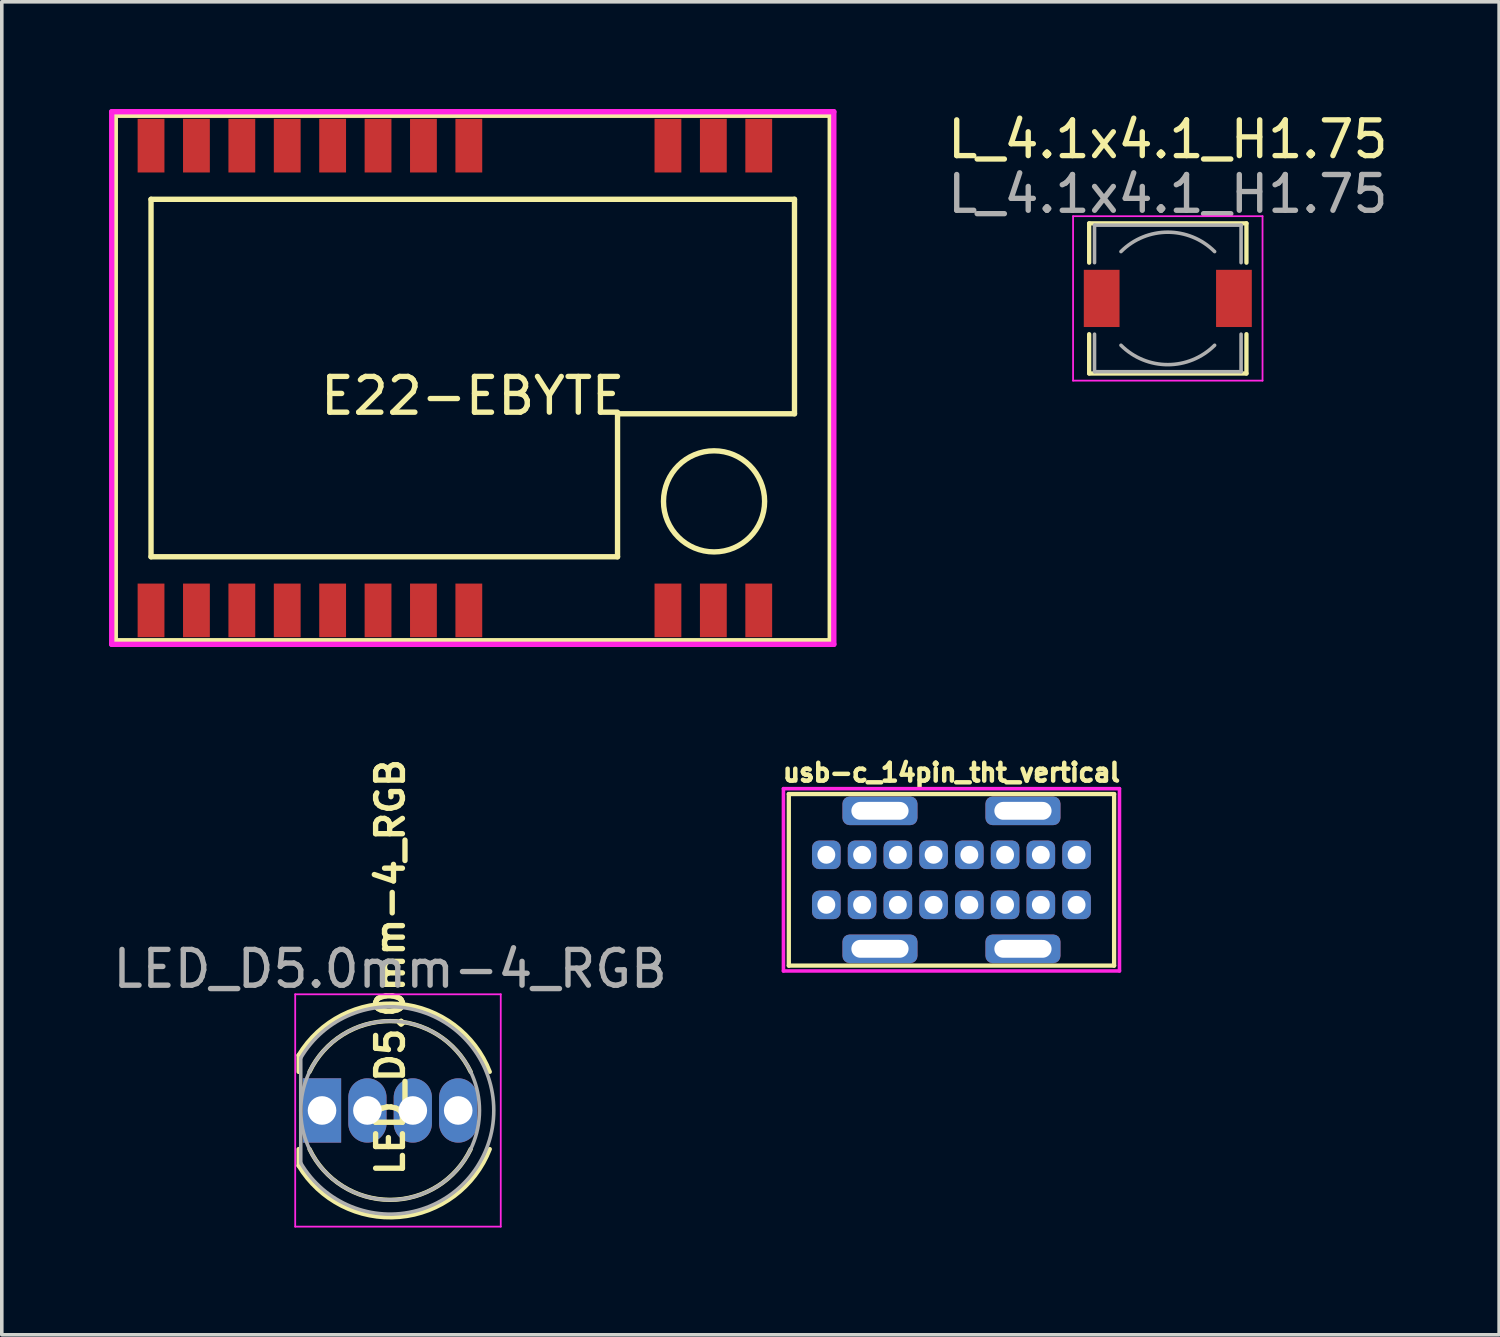
<source format=kicad_pcb>
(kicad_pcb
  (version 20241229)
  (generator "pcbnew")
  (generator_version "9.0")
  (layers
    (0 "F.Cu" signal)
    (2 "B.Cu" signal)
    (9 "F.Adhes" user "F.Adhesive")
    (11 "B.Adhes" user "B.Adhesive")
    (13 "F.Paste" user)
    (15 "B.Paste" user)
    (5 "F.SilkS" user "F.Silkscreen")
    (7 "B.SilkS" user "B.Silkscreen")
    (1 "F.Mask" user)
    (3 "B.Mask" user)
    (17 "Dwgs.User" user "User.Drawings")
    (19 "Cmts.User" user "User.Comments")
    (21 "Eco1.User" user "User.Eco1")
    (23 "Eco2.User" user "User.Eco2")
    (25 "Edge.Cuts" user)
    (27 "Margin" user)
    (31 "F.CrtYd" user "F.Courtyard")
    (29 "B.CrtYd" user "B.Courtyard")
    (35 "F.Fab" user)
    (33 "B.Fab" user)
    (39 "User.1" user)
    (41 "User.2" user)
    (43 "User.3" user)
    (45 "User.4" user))
  (footprint "E22-EBYTE"
    (layer "F.Cu")
    (at 10.175 7.525)
    (property "Reference" "E22-EBYTE" (at 0 0.5 0) (layer "F.SilkS") (effects (font (size 1 1) (thickness 0.15))))
    (attr through_hole)
    (fp_line (start -10 -7.35) (end 10 -7.35) (stroke (width 0.15) (type solid)) (layer "F.SilkS"))
    (fp_line (start -10 7.35) (end -10 -7.35) (stroke (width 0.15) (type solid)) (layer "F.SilkS"))
    (fp_line (start -9 -5) (end 9 -5) (stroke (width 0.15) (type solid)) (layer "F.SilkS"))
    (fp_line (start -9 5) (end -9 -5) (stroke (width 0.15) (type solid)) (layer "F.SilkS"))
    (fp_line (start 4.05 1) (end 4.05 5) (stroke (width 0.15) (type solid)) (layer "F.SilkS"))
    (fp_line (start 4.05 5) (end -9 5) (stroke (width 0.15) (type solid)) (layer "F.SilkS"))
    (fp_line (start 9 -5) (end 9 1) (stroke (width 0.15) (type solid)) (layer "F.SilkS"))
    (fp_line (start 9 1) (end 4.05 1) (stroke (width 0.15) (type solid)) (layer "F.SilkS"))
    (fp_line (start 10 -7.35) (end 10 7.35) (stroke (width 0.15) (type solid)) (layer "F.SilkS"))
    (fp_line (start 10 7.35) (end -10 7.35) (stroke (width 0.15) (type solid)) (layer "F.SilkS"))
    (fp_circle (center 6.75 3.45) (end 7.75 2.45) (stroke (width 0.15) (type solid)) (fill no) (layer "F.SilkS"))
    (fp_line (start -10.1 -7.45) (end 10.1 -7.45) (stroke (width 0.15) (type solid)) (layer "F.CrtYd"))
    (fp_line (start -10.1 7.45) (end -10.1 -7.45) (stroke (width 0.15) (type solid)) (layer "F.CrtYd"))
    (fp_line (start 10.1 -7.45) (end 10.1 7.45) (stroke (width 0.15) (type solid)) (layer "F.CrtYd"))
    (fp_line (start 10.1 7.45) (end -10.1 7.45) (stroke (width 0.15) (type solid)) (layer "F.CrtYd"))
    (pad "1" smd rect (at 8 -6.5) (size 0.75 1.5) (layers "F.Cu" "F.Mask" "F.Paste"))
    (pad "2" smd rect (at 6.73 -6.5) (size 0.75 1.5) (layers "F.Cu" "F.Mask" "F.Paste"))
    (pad "3" smd rect (at 5.46 -6.5) (size 0.75 1.5) (layers "F.Cu" "F.Mask" "F.Paste"))
    (pad "4" smd rect (at -0.11 -6.5) (size 0.75 1.5) (layers "F.Cu" "F.Mask" "F.Paste"))
    (pad "5" smd rect (at -1.38 -6.5) (size 0.75 1.5) (layers "F.Cu" "F.Mask" "F.Paste"))
    (pad "6" smd rect (at -2.65 -6.5) (size 0.75 1.5) (layers "F.Cu" "F.Mask" "F.Paste"))
    (pad "7" smd rect (at -3.92 -6.5) (size 0.75 1.5) (layers "F.Cu" "F.Mask" "F.Paste"))
    (pad "8" smd rect (at -5.19 -6.5) (size 0.75 1.5) (layers "F.Cu" "F.Mask" "F.Paste"))
    (pad "9" smd rect (at -6.46 -6.5) (size 0.75 1.5) (layers "F.Cu" "F.Mask" "F.Paste"))
    (pad "10" smd rect (at -7.73 -6.5) (size 0.75 1.5) (layers "F.Cu" "F.Mask" "F.Paste"))
    (pad "11" smd rect (at -9 -6.5) (size 0.75 1.5) (layers "F.Cu" "F.Mask" "F.Paste"))
    (pad "12" smd rect (at -9 6.5) (size 0.75 1.5) (layers "F.Cu" "F.Mask" "F.Paste"))
    (pad "13" smd rect (at -7.73 6.5) (size 0.75 1.5) (layers "F.Cu" "F.Mask" "F.Paste"))
    (pad "14" smd rect (at -6.46 6.5) (size 0.75 1.5) (layers "F.Cu" "F.Mask" "F.Paste"))
    (pad "15" smd rect (at -5.19 6.5) (size 0.75 1.5) (layers "F.Cu" "F.Mask" "F.Paste"))
    (pad "16" smd rect (at -3.92 6.5) (size 0.75 1.5) (layers "F.Cu" "F.Mask" "F.Paste"))
    (pad "17" smd rect (at -2.65 6.5) (size 0.75 1.5) (layers "F.Cu" "F.Mask" "F.Paste"))
    (pad "18" smd rect (at -1.38 6.5) (size 0.75 1.5) (layers "F.Cu" "F.Mask" "F.Paste"))
    (pad "19" smd rect (at -0.11 6.5) (size 0.75 1.5) (layers "F.Cu" "F.Mask" "F.Paste"))
    (pad "20" smd rect (at 5.46 6.5) (size 0.75 1.5) (layers "F.Cu" "F.Mask" "F.Paste"))
    (pad "21" smd rect (at 6.73 6.5) (size 0.75 1.5) (layers "F.Cu" "F.Mask" "F.Paste"))
    (pad "22" smd rect (at 8 6.5) (size 0.75 1.5) (layers "F.Cu" "F.Mask" "F.Paste")))
  (footprint "usb-c_14pin_tht_vertical"
    (layer "F.Cu")
    (at 23.566 21.562)
    (property "Reference" "usb-c_14pin_tht_vertical" (at 0 -3 0) (layer "F.SilkS") (effects (font (size 0.5 0.5) (thickness 0.125))))
    (attr through_hole)
    (fp_line (start -4.55 -2.4) (end 4.55 -2.4) (stroke (width 0.12) (type solid)) (layer "F.SilkS"))
    (fp_line (start -4.55 2.4) (end -4.55 -2.4) (stroke (width 0.12) (type solid)) (layer "F.SilkS"))
    (fp_line (start 4.55 -2.4) (end 4.55 2.4) (stroke (width 0.12) (type solid)) (layer "F.SilkS"))
    (fp_line (start 4.55 2.4) (end -4.55 2.4) (stroke (width 0.12) (type solid)) (layer "F.SilkS"))
    (fp_line (start -4.7 -2.55) (end 4.7 -2.55) (stroke (width 0.1) (type solid)) (layer "F.CrtYd"))
    (fp_line (start -4.7 2.55) (end -4.7 -2.55) (stroke (width 0.1) (type solid)) (layer "F.CrtYd"))
    (fp_line (start 4.7 -2.55) (end 4.7 2.55) (stroke (width 0.1) (type solid)) (layer "F.CrtYd"))
    (fp_line (start 4.7 2.55) (end -4.7 2.55) (stroke (width 0.1) (type solid)) (layer "F.CrtYd"))
    (pad "A1" thru_hole roundrect (at -3.5 -0.7) (size 0.8 0.8) (drill 0.5) (layers "*.Cu" "*.Mask") (roundrect_rratio 0.25))
    (pad "A4" thru_hole roundrect (at -2.5 -0.7) (size 0.8 0.8) (drill 0.5) (layers "*.Cu" "*.Mask") (roundrect_rratio 0.25))
    (pad "A5" thru_hole roundrect (at -1.5 -0.7) (size 0.8 0.8) (drill 0.5) (layers "*.Cu" "*.Mask") (roundrect_rratio 0.25))
    (pad "A6" thru_hole roundrect (at -0.5 -0.7) (size 0.8 0.8) (drill 0.5) (layers "*.Cu" "*.Mask") (roundrect_rratio 0.25))
    (pad "A7" thru_hole roundrect (at 0.5 -0.7) (size 0.8 0.8) (drill 0.5) (layers "*.Cu" "*.Mask") (roundrect_rratio 0.25))
    (pad "A8" thru_hole roundrect (at 1.5 -0.7) (size 0.8 0.8) (drill 0.5) (layers "*.Cu" "*.Mask") (roundrect_rratio 0.25))
    (pad "A9" thru_hole roundrect (at 2.5 -0.7) (size 0.8 0.8) (drill 0.5) (layers "*.Cu" "*.Mask") (roundrect_rratio 0.25))
    (pad "A12" thru_hole roundrect (at 3.5 -0.7) (size 0.8 0.8) (drill 0.5) (layers "*.Cu" "*.Mask") (roundrect_rratio 0.25))
    (pad "B1" thru_hole roundrect (at 3.5 0.7) (size 0.8 0.8) (drill 0.5) (layers "*.Cu" "*.Mask") (roundrect_rratio 0.25))
    (pad "B4" thru_hole roundrect (at 2.5 0.7) (size 0.8 0.8) (drill 0.5) (layers "*.Cu" "*.Mask") (roundrect_rratio 0.25))
    (pad "B5" thru_hole roundrect (at 1.5 0.7) (size 0.8 0.8) (drill 0.5) (layers "*.Cu" "*.Mask") (roundrect_rratio 0.25))
    (pad "B6" thru_hole roundrect (at 0.5 0.7) (size 0.8 0.8) (drill 0.5) (layers "*.Cu" "*.Mask") (roundrect_rratio 0.25))
    (pad "B7" thru_hole roundrect (at -0.5 0.7) (size 0.8 0.8) (drill 0.5) (layers "*.Cu" "*.Mask") (roundrect_rratio 0.25))
    (pad "B8" thru_hole roundrect (at -1.5 0.7) (size 0.8 0.8) (drill 0.5) (layers "*.Cu" "*.Mask") (roundrect_rratio 0.25))
    (pad "B9" thru_hole roundrect (at -2.5 0.7) (size 0.8 0.8) (drill 0.5) (layers "*.Cu" "*.Mask") (roundrect_rratio 0.25))
    (pad "B12" thru_hole roundrect (at -3.5 0.7) (size 0.8 0.8) (drill 0.5) (layers "*.Cu" "*.Mask") (roundrect_rratio 0.25))
    (pad "S1" thru_hole roundrect (at -2 -1.93) (size 2.1 0.8) (drill oval 1.6 0.5) (layers "*.Cu" "*.Mask") (roundrect_rratio 0.25))
    (pad "S1" thru_hole roundrect (at -2 1.93) (size 2.1 0.8) (drill oval 1.6 0.5) (layers "*.Cu" "*.Mask") (roundrect_rratio 0.25))
    (pad "S1" thru_hole roundrect (at 2 -1.93) (size 2.1 0.8) (drill oval 1.6 0.5) (layers "*.Cu" "*.Mask") (roundrect_rratio 0.25))
    (pad "S1" thru_hole roundrect (at 2 1.93) (size 2.1 0.8) (drill oval 1.6 0.5) (layers "*.Cu" "*.Mask") (roundrect_rratio 0.25)))
  (footprint "LED_D5.0mm-4_RGB"
    (layer "F.Cu")
    (at 5.958 28.014)
    (property "Reference" "LED_D5.0mm-4_RGB" (at 1.91 -4.01 90) (layer "F.SilkS") (effects (font (size 0.75 0.75) (thickness 0.15))))
    (attr through_hole)
    (fp_line (start -0.655 -1.545) (end -0.655 -1.08) (stroke (width 0.12) (type solid)) (layer "F.SilkS"))
    (fp_line (start -0.655 1.08) (end -0.655 1.545) (stroke (width 0.12) (type solid)) (layer "F.SilkS"))
    (fp_arc (start -0.655 -1.54483) (mid 2.163456 -2.978809) (end 4.692815 -1.080827) (stroke (width 0.12) (type solid)) (layer "F.SilkS"))
    (fp_arc (start -0.349684 -1.08) (mid 1.904762 -2.5) (end 4.159479 -1.080429) (stroke (width 0.12) (type solid)) (layer "F.SilkS"))
    (fp_arc (start 4.159479 1.080429) (mid 1.904762 2.5) (end -0.349684 1.08) (stroke (width 0.12) (type solid)) (layer "F.SilkS"))
    (fp_arc (start 4.692815 1.080827) (mid 2.163456 2.978808) (end -0.655 1.54483) (stroke (width 0.12) (type solid)) (layer "F.SilkS"))
    (fp_line (start -0.75 -3.25) (end -0.75 3.25) (stroke (width 0.05) (type solid)) (layer "F.CrtYd"))
    (fp_line (start -0.75 3.25) (end 5 3.25) (stroke (width 0.05) (type solid)) (layer "F.CrtYd"))
    (fp_line (start 5 -3.25) (end -0.75 -3.25) (stroke (width 0.05) (type solid)) (layer "F.CrtYd"))
    (fp_line (start 5 3.25) (end 5 -3.25) (stroke (width 0.05) (type solid)) (layer "F.CrtYd"))
    (fp_line (start -0.595 -1.47) (end -0.595 1.47) (stroke (width 0.1) (type solid)) (layer "F.Fab"))
    (fp_arc (start -0.595 -1.469694) (mid 4.805 0.000016) (end -0.595016 1.469666) (stroke (width 0.1) (type solid)) (layer "F.Fab"))
    (fp_circle (center 1.905 0) (end 4.405 0) (stroke (width 0.1) (type solid)) (fill no) (layer "F.Fab"))
    (fp_text user "${REFERENCE}" (at 1.905 -3.96 180) (layer "F.Fab") (effects (font (size 1 1) (thickness 0.15))))
    (pad "1" thru_hole rect (at 0 0) (size 1.07 1.8) (drill 0.8) (layers "*.Cu" "*.Mask"))
    (pad "2" thru_hole oval (at 1.27 0) (size 1.07 1.8) (drill 0.8) (layers "*.Cu" "*.Mask"))
    (pad "3" thru_hole oval (at 2.54 0) (size 1.07 1.8) (drill 0.8) (layers "*.Cu" "*.Mask"))
    (pad "4" thru_hole oval (at 3.81 0) (size 1.07 1.8) (drill 0.8) (layers "*.Cu" "*.Mask")))
  (footprint "L_4.1x4.1_H1.75"
    (layer "F.Cu")
    (at 29.618 5.298)
    (property "Reference" "L_4.1x4.1_H1.75" (at 0 -4.45 0) (layer "F.SilkS") (effects (font (size 1 1) (thickness 0.15))))
    (attr smd)
    (fp_line (start -2.2 -2.1) (end 2.2 -2.1) (stroke (width 0.12) (type solid)) (layer "F.SilkS"))
    (fp_line (start -2.2 -1) (end -2.2 -2.1) (stroke (width 0.12) (type solid)) (layer "F.SilkS"))
    (fp_line (start -2.2 2.1) (end -2.2 1) (stroke (width 0.12) (type solid)) (layer "F.SilkS"))
    (fp_line (start 2.2 -2.1) (end 2.2 -1) (stroke (width 0.12) (type solid)) (layer "F.SilkS"))
    (fp_line (start 2.2 1) (end 2.2 2.1) (stroke (width 0.12) (type solid)) (layer "F.SilkS"))
    (fp_line (start 2.2 2.1) (end -2.2 2.1) (stroke (width 0.12) (type solid)) (layer "F.SilkS"))
    (fp_line (start -2.65 -2.3) (end -2.65 2.3) (stroke (width 0.05) (type solid)) (layer "F.CrtYd"))
    (fp_line (start -2.65 2.3) (end 2.65 2.3) (stroke (width 0.05) (type solid)) (layer "F.CrtYd"))
    (fp_line (start 2.65 -2.3) (end -2.65 -2.3) (stroke (width 0.05) (type solid)) (layer "F.CrtYd"))
    (fp_line (start 2.65 2.3) (end 2.65 -2.3) (stroke (width 0.05) (type solid)) (layer "F.CrtYd"))
    (fp_line (start -2.05 -2.05) (end -2.05 -1) (stroke (width 0.1) (type solid)) (layer "F.Fab"))
    (fp_line (start -2.05 -2.05) (end 2.05 -2.05) (stroke (width 0.1) (type solid)) (layer "F.Fab"))
    (fp_line (start -2.05 2.05) (end -2.05 1) (stroke (width 0.1) (type solid)) (layer "F.Fab"))
    (fp_line (start -2.05 2.05) (end 2.05 2.05) (stroke (width 0.1) (type solid)) (layer "F.Fab"))
    (fp_line (start 2.05 -2.05) (end 2.05 -1) (stroke (width 0.1) (type solid)) (layer "F.Fab"))
    (fp_line (start 2.05 2.05) (end 2.05 1) (stroke (width 0.1) (type solid)) (layer "F.Fab"))
    (fp_arc (start -1.31 -1.31) (mid 0 -1.85262) (end 1.31 -1.31) (stroke (width 0.1) (type solid)) (layer "F.Fab"))
    (fp_arc (start 1.31 1.31) (mid 0 1.85262) (end -1.31 1.31) (stroke (width 0.1) (type solid)) (layer "F.Fab"))
    (fp_text user "${REFERENCE}" (at 0 -2.921 0) (layer "F.Fab") (effects (font (size 1 1) (thickness 0.15))))
    (pad "1" smd rect (at -1.85 0) (size 1 1.6) (layers "F.Cu" "F.Mask" "F.Paste"))
    (pad "2" smd rect (at 1.85 0) (size 1 1.6) (layers "F.Cu" "F.Mask" "F.Paste")))
  (gr_rect
    (start -3 -3)
    (end 38.886 34.289)
    (stroke (width 0.1) (type default))
    (fill no)
    (layer "Edge.Cuts")))
</source>
